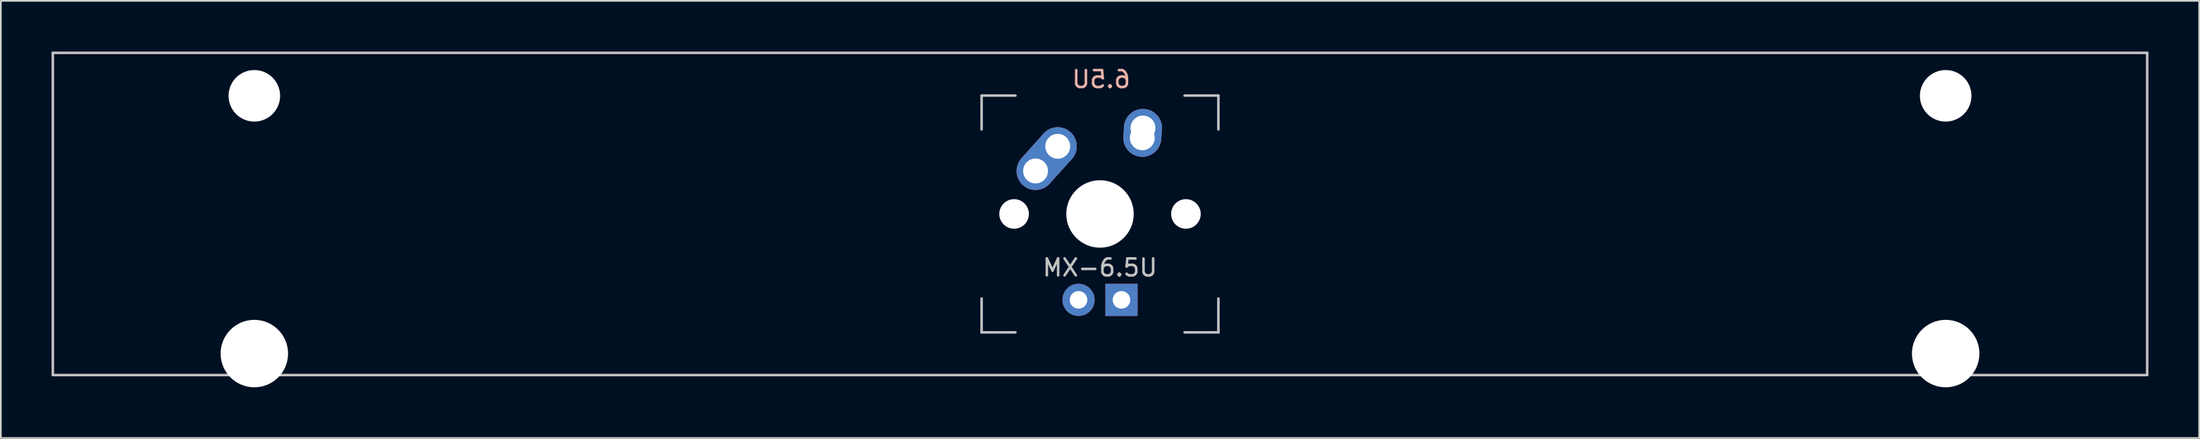
<source format=kicad_pcb>
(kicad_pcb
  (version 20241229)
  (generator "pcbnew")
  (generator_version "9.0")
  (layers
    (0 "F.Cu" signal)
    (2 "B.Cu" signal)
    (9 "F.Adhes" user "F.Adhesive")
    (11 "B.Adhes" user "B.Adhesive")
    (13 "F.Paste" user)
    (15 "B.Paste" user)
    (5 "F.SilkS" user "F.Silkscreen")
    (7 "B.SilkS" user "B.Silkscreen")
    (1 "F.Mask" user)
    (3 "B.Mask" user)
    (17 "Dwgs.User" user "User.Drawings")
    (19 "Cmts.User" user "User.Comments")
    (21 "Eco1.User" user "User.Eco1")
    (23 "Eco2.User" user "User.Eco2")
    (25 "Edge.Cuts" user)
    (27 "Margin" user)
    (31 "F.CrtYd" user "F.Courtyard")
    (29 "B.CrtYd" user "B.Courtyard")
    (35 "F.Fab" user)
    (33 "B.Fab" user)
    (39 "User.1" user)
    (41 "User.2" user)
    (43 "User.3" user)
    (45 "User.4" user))
  (footprint "MX-6.5U"
    (layer "F.Cu")
    (at 61.987 9.6)
    (property "Reference" "MX-6.5U" (at 0 3.175 0) (layer "Dwgs.User") (effects (font (size 1 1) (thickness 0.15))))
    (property "Value" "6.5U" (at 0 -7.938 0) (layer "Dwgs.User") (hide yes) (effects (font (size 1 1) (thickness 0.15))))
    (attr through_hole)
    (fp_line (start -61.913 -9.525) (end 61.913 -9.525) (stroke (width 0.15) (type solid)) (layer "Dwgs.User"))
    (fp_line (start -61.913 9.525) (end -61.913 -9.525) (stroke (width 0.15) (type solid)) (layer "Dwgs.User"))
    (fp_line (start -61.913 9.525) (end 61.913 9.525) (stroke (width 0.15) (type solid)) (layer "Dwgs.User"))
    (fp_line (start -7 -7) (end -7 -5) (stroke (width 0.15) (type solid)) (layer "Dwgs.User"))
    (fp_line (start -7 5) (end -7 7) (stroke (width 0.15) (type solid)) (layer "Dwgs.User"))
    (fp_line (start -7 7) (end -5 7) (stroke (width 0.15) (type solid)) (layer "Dwgs.User"))
    (fp_line (start -5 -7) (end -7 -7) (stroke (width 0.15) (type solid)) (layer "Dwgs.User"))
    (fp_line (start 5 -7) (end 7 -7) (stroke (width 0.15) (type solid)) (layer "Dwgs.User"))
    (fp_line (start 5 7) (end 7 7) (stroke (width 0.15) (type solid)) (layer "Dwgs.User"))
    (fp_line (start 7 -7) (end 7 -5) (stroke (width 0.15) (type solid)) (layer "Dwgs.User"))
    (fp_line (start 7 7) (end 7 5) (stroke (width 0.15) (type solid)) (layer "Dwgs.User"))
    (fp_line (start 61.913 -9.525) (end 61.913 9.525) (stroke (width 0.15) (type solid)) (layer "Dwgs.User"))
    (fp_text user "${VALUE}" (at 0.07 -7.96 0) (layer "B.SilkS") (effects (font (size 1 1) (thickness 0.15)) (justify mirror)))
    (pad "" np_thru_hole circle (at -50 -6.985) (size 3.048 3.048) (drill 3.048) (layers "*.Cu" "*.Mask"))
    (pad "" np_thru_hole circle (at -50 8.255) (size 3.988 3.988) (drill 3.988) (layers "*.Cu" "*.Mask"))
    (pad "" np_thru_hole circle (at -5.08 0 48.1) (size 1.75 1.75) (drill 1.75) (layers "*.Cu" "*.Mask"))
    (pad "" np_thru_hole circle (at 0 0) (size 3.988 3.988) (drill 3.988) (layers "*.Cu" "*.Mask"))
    (pad "" np_thru_hole circle (at 5.08 0 48.1) (size 1.75 1.75) (drill 1.75) (layers "*.Cu" "*.Mask"))
    (pad "" np_thru_hole circle (at 50 -6.985) (size 3.048 3.048) (drill 3.048) (layers "*.Cu" "*.Mask"))
    (pad "" np_thru_hole circle (at 50 8.255) (size 3.988 3.988) (drill 3.988) (layers "*.Cu" "*.Mask"))
    (pad "1" thru_hole oval (at -3.81 -2.54 48.099) (size 4.212 2.25) (drill 1.47 (offset 0.981 0)) (layers "*.Cu" "*.Mask"))
    (pad "1" thru_hole circle (at -2.5 -4) (size 2.25 2.25) (drill 1.47) (layers "*.Cu" "*.Mask"))
    (pad "2" thru_hole oval (at 2.5 -4.5 86.054) (size 2.831 2.25) (drill 1.47 (offset 0.291 0)) (layers "*.Cu" "*.Mask"))
    (pad "2" thru_hole circle (at 2.54 -5.08) (size 2.25 2.25) (drill 1.47) (layers "*.Cu" "*.Mask"))
    (pad "3" thru_hole circle (at -1.27 5.08) (size 1.905 1.905) (drill 1.04) (layers "*.Cu" "B.Mask"))
    (pad "4" thru_hole rect (at 1.27 5.08) (size 1.905 1.905) (drill 1.04) (layers "*.Cu" "B.Mask")))
  (gr_rect
    (start -3 -3)
    (end 126.975 22.849)
    (stroke (width 0.1) (type default))
    (fill no)
    (layer "Edge.Cuts")))
</source>
